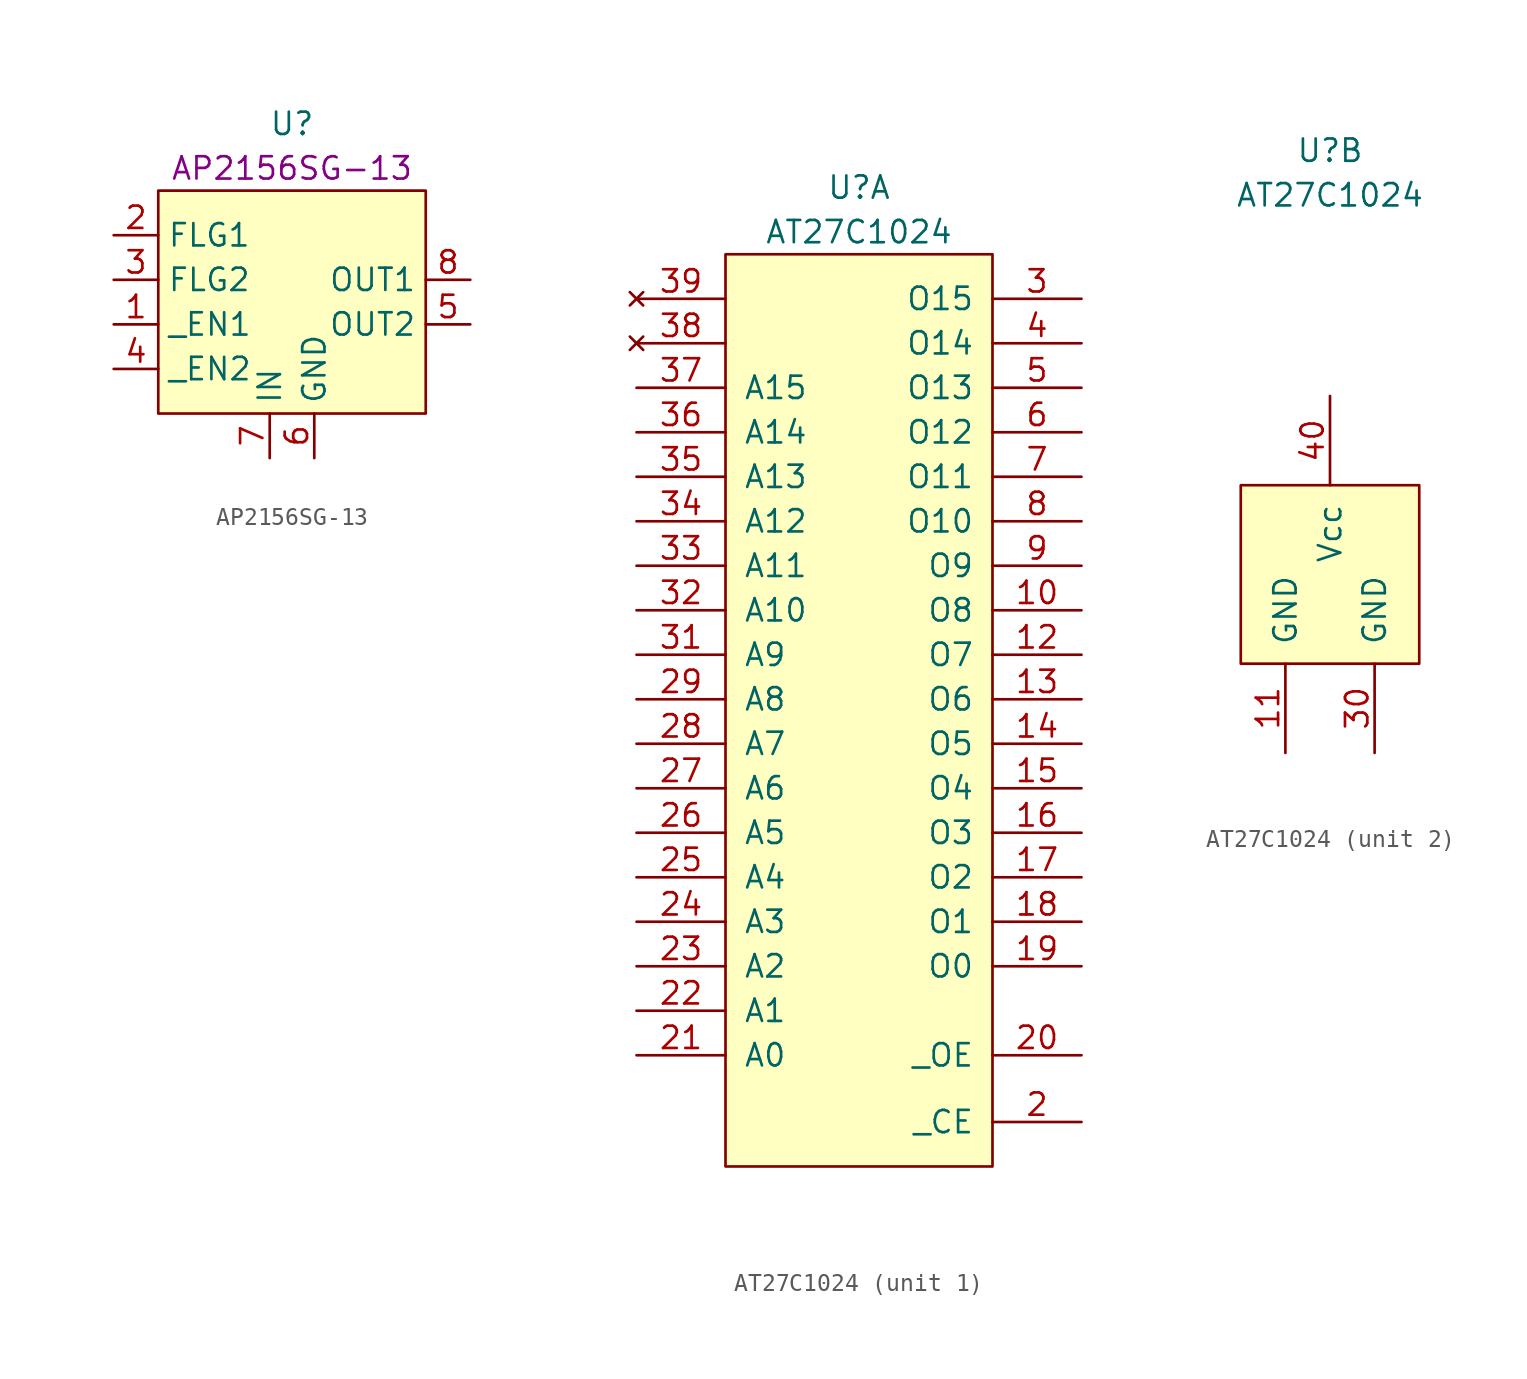
<source format=kicad_sym>
(kicad_symbol_lib
  (version 20220914)
  (generator kicad_symbol_editor)
  (symbol "AP2156SG-13"
    (property "Reference" "U"
      (at 0 10.16 0)
      (effects (font (size 1.27 1.27))))
    (property "Value" ""
      (at 0 0 0)
      (effects (font (size 1.27 1.27))))
    (property "Part Number" "AP2156SG-13"
      (at 0 7.62 0)
      (effects (font (size 1.27 1.27))))
    (symbol "AP2156SG-13_0_0"
      (pin input line (at -10.16 -1.27 0) (length 2.54) (name "_EN1" (effects (font (size 1.27 1.27)))) (number "1" (effects (font (size 1.27 1.27)))))
      (pin output line (at -10.16 3.81 0) (length 2.54) (name "FLG1" (effects (font (size 1.27 1.27)))) (number "2" (effects (font (size 1.27 1.27)))))
      (pin output line (at -10.16 1.27 0) (length 2.54) (name "FLG2" (effects (font (size 1.27 1.27)))) (number "3" (effects (font (size 1.27 1.27)))))
      (pin input line (at -10.16 -3.81 0) (length 2.54) (name "_EN2" (effects (font (size 1.27 1.27)))) (number "4" (effects (font (size 1.27 1.27)))))
      (pin power_out line (at 10.16 -1.27 180) (length 2.54) (name "OUT2" (effects (font (size 1.27 1.27)))) (number "5" (effects (font (size 1.27 1.27)))))
      (pin power_in line (at 1.27 -8.89 90) (length 2.54) (name "GND" (effects (font (size 1.27 1.27)))) (number "6" (effects (font (size 1.27 1.27)))))
      (pin power_in line (at -1.27 -8.89 90) (length 2.54) (name "IN" (effects (font (size 1.27 1.27)))) (number "7" (effects (font (size 1.27 1.27)))))
      (pin power_out line (at 10.16 1.27 180) (length 2.54) (name "OUT1" (effects (font (size 1.27 1.27)))) (number "8" (effects (font (size 1.27 1.27))))))
    (symbol "AP2156SG-13_0_1"
      (rectangle (start -7.62 6.35) (end 7.62 -6.35) (stroke (width 0) (type default)) (fill (type background)))))
  (symbol "AT27C1024"
    (pin_names
      (offset 1.016))
    (property "Reference" "U"
      (at 0 24.13 0)
      (effects (font (size 1.27 1.27))))
    (property "Value" "AT27C1024"
      (at 0 21.59 0)
      (effects (font (size 1.27 1.27))))
    (property "ki_locked" ""
      (at 0 0 0)
      (effects (font (size 1.27 1.27))))
    (symbol "AT27C1024_1_1"
      (rectangle (start -7.62 20.32) (end 7.62 -31.75) (stroke (width 0) (type solid)) (fill (type background)))
      (pin input line (at 12.7 0 180) (length 5.08) (name "O8" (effects (font (size 1.27 1.27)))) (number "10" (effects (font (size 1.27 1.27)))))
      (pin input line (at 12.7 -2.54 180) (length 5.08) (name "O7" (effects (font (size 1.27 1.27)))) (number "12" (effects (font (size 1.27 1.27)))))
      (pin input line (at 12.7 -5.08 180) (length 5.08) (name "O6" (effects (font (size 1.27 1.27)))) (number "13" (effects (font (size 1.27 1.27)))))
      (pin input line (at 12.7 -7.62 180) (length 5.08) (name "O5" (effects (font (size 1.27 1.27)))) (number "14" (effects (font (size 1.27 1.27)))))
      (pin input line (at 12.7 -10.16 180) (length 5.08) (name "O4" (effects (font (size 1.27 1.27)))) (number "15" (effects (font (size 1.27 1.27)))))
      (pin input line (at 12.7 -12.7 180) (length 5.08) (name "O3" (effects (font (size 1.27 1.27)))) (number "16" (effects (font (size 1.27 1.27)))))
      (pin input line (at 12.7 -15.24 180) (length 5.08) (name "O2" (effects (font (size 1.27 1.27)))) (number "17" (effects (font (size 1.27 1.27)))))
      (pin input line (at 12.7 -17.78 180) (length 5.08) (name "O1" (effects (font (size 1.27 1.27)))) (number "18" (effects (font (size 1.27 1.27)))))
      (pin input line (at 12.7 -20.32 180) (length 5.08) (name "O0" (effects (font (size 1.27 1.27)))) (number "19" (effects (font (size 1.27 1.27)))))
      (pin input line (at 12.7 -29.21 180) (length 5.08) (name "_CE" (effects (font (size 1.27 1.27)))) (number "2" (effects (font (size 1.27 1.27)))))
      (pin input line (at 12.7 -25.4 180) (length 5.08) (name "_OE" (effects (font (size 1.27 1.27)))) (number "20" (effects (font (size 1.27 1.27)))))
      (pin input line (at -12.7 -25.4 0) (length 5.08) (name "A0" (effects (font (size 1.27 1.27)))) (number "21" (effects (font (size 1.27 1.27)))))
      (pin input line (at -12.7 -22.86 0) (length 5.08) (name "A1" (effects (font (size 1.27 1.27)))) (number "22" (effects (font (size 1.27 1.27)))))
      (pin input line (at -12.7 -20.32 0) (length 5.08) (name "A2" (effects (font (size 1.27 1.27)))) (number "23" (effects (font (size 1.27 1.27)))))
      (pin input line (at -12.7 -17.78 0) (length 5.08) (name "A3" (effects (font (size 1.27 1.27)))) (number "24" (effects (font (size 1.27 1.27)))))
      (pin input line (at -12.7 -15.24 0) (length 5.08) (name "A4" (effects (font (size 1.27 1.27)))) (number "25" (effects (font (size 1.27 1.27)))))
      (pin input line (at -12.7 -12.7 0) (length 5.08) (name "A5" (effects (font (size 1.27 1.27)))) (number "26" (effects (font (size 1.27 1.27)))))
      (pin input line (at -12.7 -10.16 0) (length 5.08) (name "A6" (effects (font (size 1.27 1.27)))) (number "27" (effects (font (size 1.27 1.27)))))
      (pin input line (at -12.7 -7.62 0) (length 5.08) (name "A7" (effects (font (size 1.27 1.27)))) (number "28" (effects (font (size 1.27 1.27)))))
      (pin input line (at -12.7 -5.08 0) (length 5.08) (name "A8" (effects (font (size 1.27 1.27)))) (number "29" (effects (font (size 1.27 1.27)))))
      (pin input line (at 12.7 17.78 180) (length 5.08) (name "O15" (effects (font (size 1.27 1.27)))) (number "3" (effects (font (size 1.27 1.27)))))
      (pin input line (at -12.7 -2.54 0) (length 5.08) (name "A9" (effects (font (size 1.27 1.27)))) (number "31" (effects (font (size 1.27 1.27)))))
      (pin input line (at -12.7 0 0) (length 5.08) (name "A10" (effects (font (size 1.27 1.27)))) (number "32" (effects (font (size 1.27 1.27)))))
      (pin input line (at -12.7 2.54 0) (length 5.08) (name "A11" (effects (font (size 1.27 1.27)))) (number "33" (effects (font (size 1.27 1.27)))))
      (pin input line (at -12.7 5.08 0) (length 5.08) (name "A12" (effects (font (size 1.27 1.27)))) (number "34" (effects (font (size 1.27 1.27)))))
      (pin input line (at -12.7 7.62 0) (length 5.08) (name "A13" (effects (font (size 1.27 1.27)))) (number "35" (effects (font (size 1.27 1.27)))))
      (pin input line (at -12.7 10.16 0) (length 5.08) (name "A14" (effects (font (size 1.27 1.27)))) (number "36" (effects (font (size 1.27 1.27)))))
      (pin input line (at -12.7 12.7 0) (length 5.08) (name "A15" (effects (font (size 1.27 1.27)))) (number "37" (effects (font (size 1.27 1.27)))))
      (pin no_connect line (at -12.7 15.24 0) (length 5.08) (name "" (effects (font (size 1.27 1.27)))) (number "38" (effects (font (size 1.27 1.27)))))
      (pin no_connect line (at -12.7 17.78 0) (length 5.08) (name "" (effects (font (size 1.27 1.27)))) (number "39" (effects (font (size 1.27 1.27)))))
      (pin input line (at 12.7 15.24 180) (length 5.08) (name "O14" (effects (font (size 1.27 1.27)))) (number "4" (effects (font (size 1.27 1.27)))))
      (pin input line (at 12.7 12.7 180) (length 5.08) (name "O13" (effects (font (size 1.27 1.27)))) (number "5" (effects (font (size 1.27 1.27)))))
      (pin input line (at 12.7 10.16 180) (length 5.08) (name "O12" (effects (font (size 1.27 1.27)))) (number "6" (effects (font (size 1.27 1.27)))))
      (pin input line (at 12.7 7.62 180) (length 5.08) (name "O11" (effects (font (size 1.27 1.27)))) (number "7" (effects (font (size 1.27 1.27)))))
      (pin input line (at 12.7 5.08 180) (length 5.08) (name "O10" (effects (font (size 1.27 1.27)))) (number "8" (effects (font (size 1.27 1.27)))))
      (pin input line (at 12.7 2.54 180) (length 5.08) (name "O9" (effects (font (size 1.27 1.27)))) (number "9" (effects (font (size 1.27 1.27))))))
    (symbol "AT27C1024_2_1"
      (rectangle (start -5.08 5.08) (end 5.08 -5.08) (stroke (width 0) (type solid)) (fill (type background)))
      (pin power_in line (at -2.54 -10.16 90) (length 5.08) (name "GND" (effects (font (size 1.27 1.27)))) (number "11" (effects (font (size 1.27 1.27)))))
      (pin power_in line (at 2.54 -10.16 90) (length 5.08) (name "GND" (effects (font (size 1.27 1.27)))) (number "30" (effects (font (size 1.27 1.27)))))
      (pin power_in line (at 0 10.16 270) (length 5.08) (name "Vcc" (effects (font (size 1.27 1.27)))) (number "40" (effects (font (size 1.27 1.27))))))))
</source>
